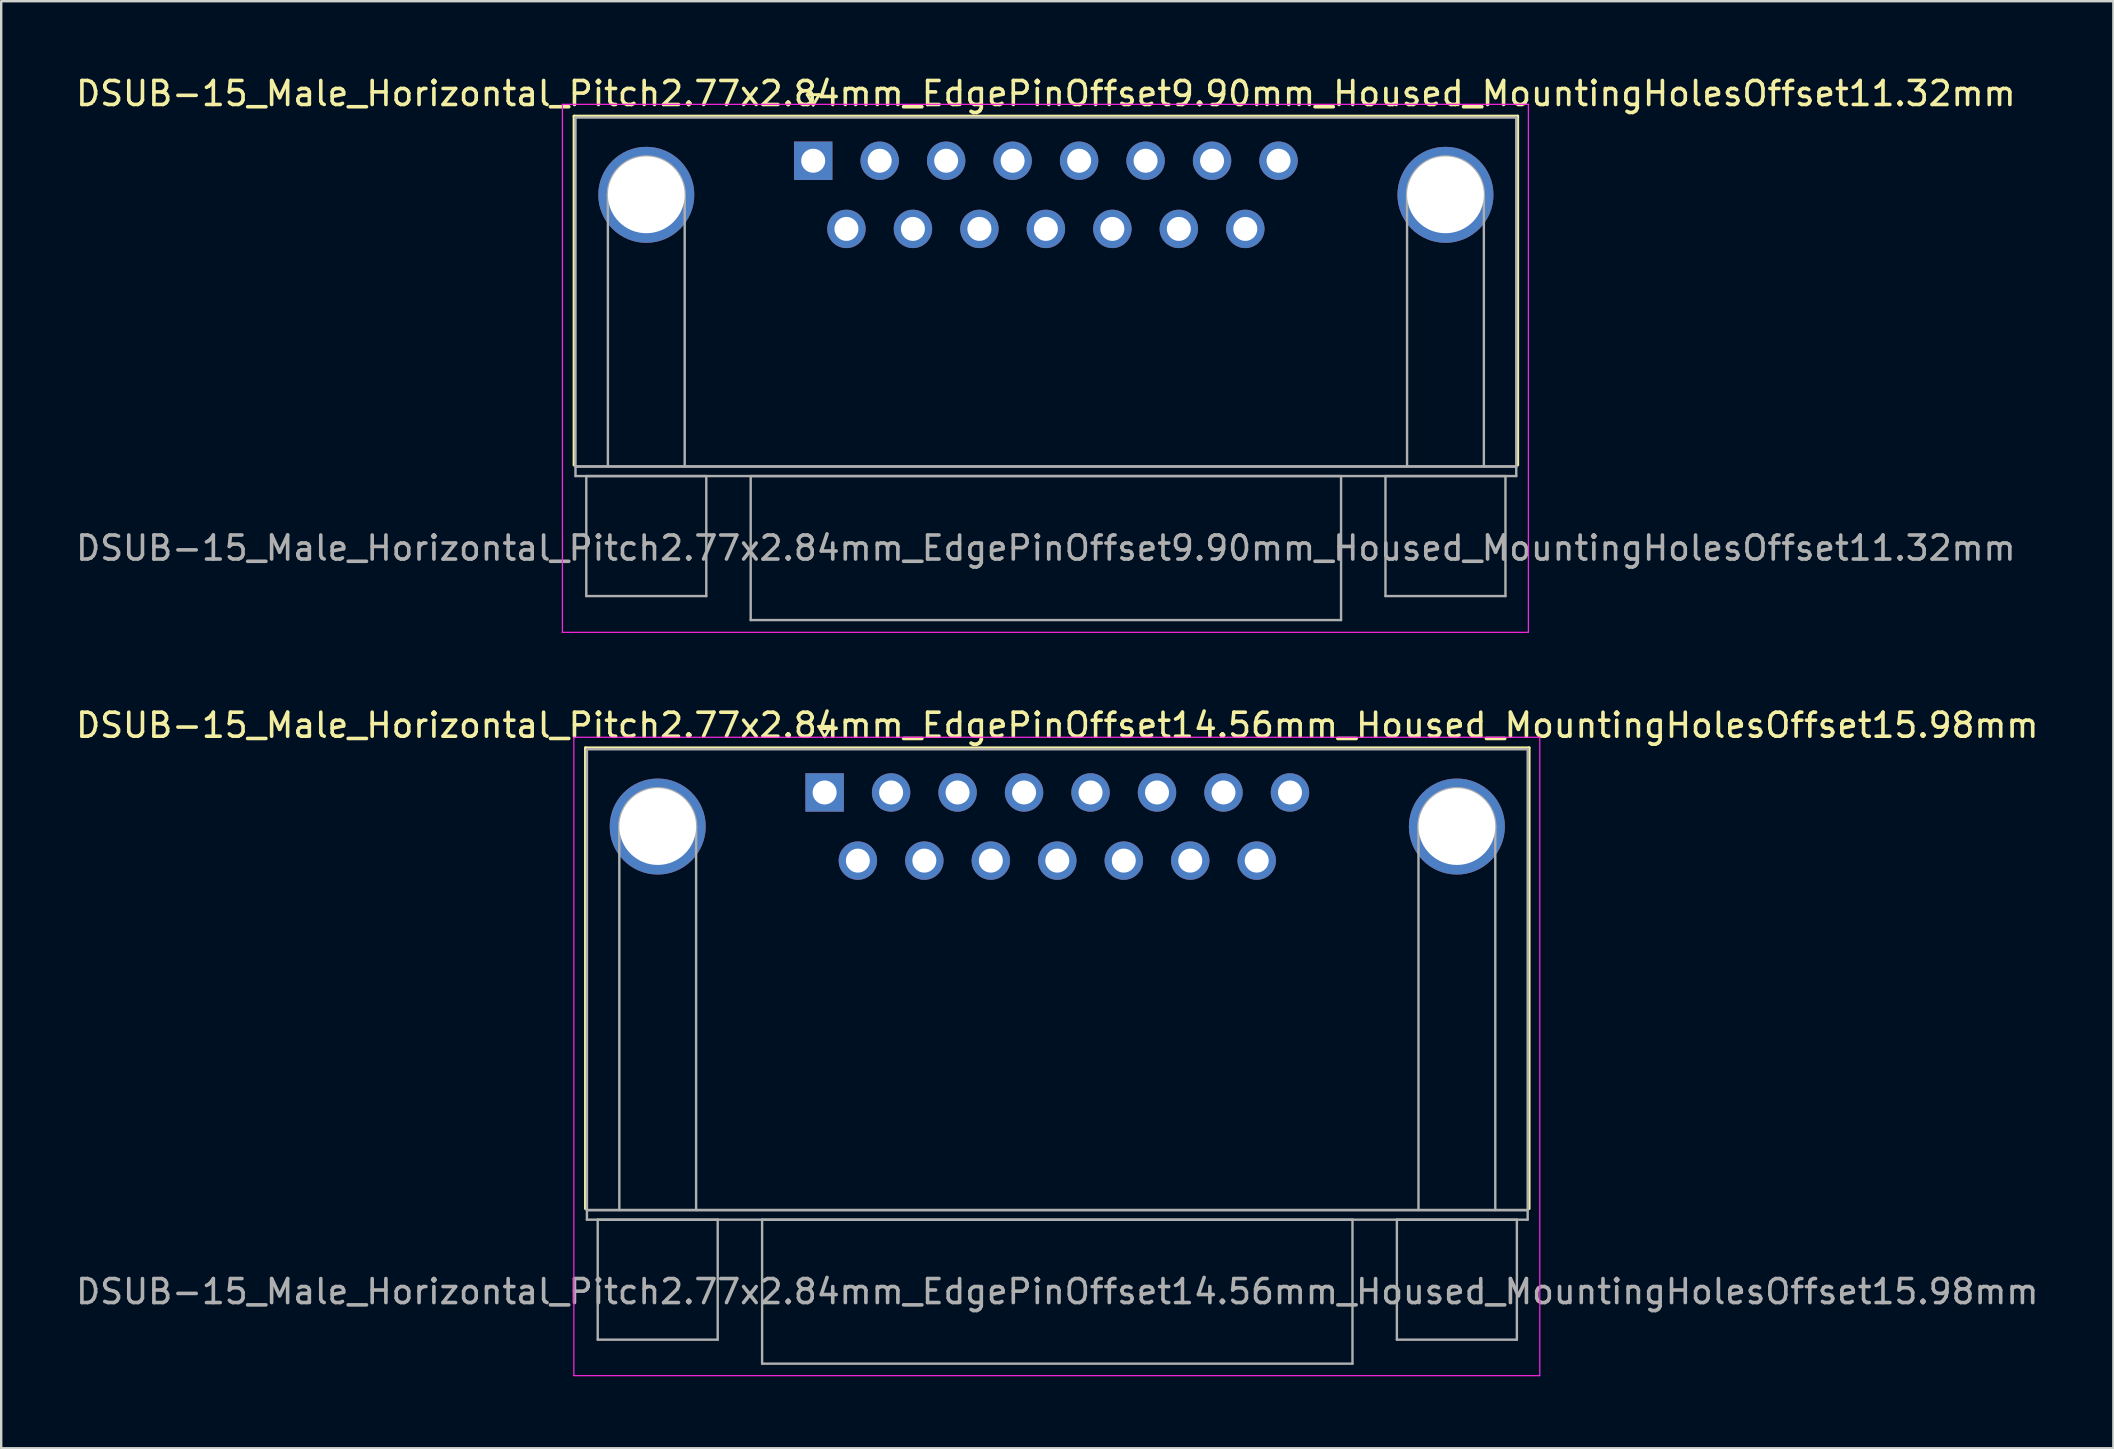
<source format=kicad_pcb>
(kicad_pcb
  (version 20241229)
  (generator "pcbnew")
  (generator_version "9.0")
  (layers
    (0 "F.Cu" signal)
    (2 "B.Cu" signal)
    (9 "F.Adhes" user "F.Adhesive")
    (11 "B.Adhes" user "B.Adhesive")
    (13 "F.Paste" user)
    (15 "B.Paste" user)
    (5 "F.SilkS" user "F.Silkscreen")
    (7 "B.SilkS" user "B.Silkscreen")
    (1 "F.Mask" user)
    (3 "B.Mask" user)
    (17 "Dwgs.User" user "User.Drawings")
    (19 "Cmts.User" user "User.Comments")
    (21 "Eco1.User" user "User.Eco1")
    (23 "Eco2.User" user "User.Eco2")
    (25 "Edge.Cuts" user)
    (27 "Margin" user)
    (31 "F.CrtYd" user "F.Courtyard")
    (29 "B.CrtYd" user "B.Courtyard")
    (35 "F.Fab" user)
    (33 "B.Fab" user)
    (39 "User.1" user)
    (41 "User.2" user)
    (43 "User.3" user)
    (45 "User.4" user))
  (footprint "DSUB-15_Male_Horizontal_Pitch2.77x2.84mm_EdgePinOffset14.56mm_Housed_MountingHolesOffset15.98mm"
    (layer "F.Cu")
    (at 31.311 29.971)
    (property "Reference" "DSUB-15_Male_Horizontal_Pitch2.77x2.84mm_EdgePinOffset14.56mm_Housed_MountingHolesOffset15.98mm" (at 9.695 -2.8 0) (layer "F.SilkS") (effects (font (size 1 1) (thickness 0.15))))
    (attr through_hole)
    (fp_line (start -9.965 -1.86) (end 29.355 -1.86) (stroke (width 0.12) (type solid)) (layer "F.SilkS"))
    (fp_line (start -9.965 17.34) (end -9.965 -1.86) (stroke (width 0.12) (type solid)) (layer "F.SilkS"))
    (fp_line (start -0.25 -2.754) (end 0.25 -2.754) (stroke (width 0.12) (type solid)) (layer "F.SilkS"))
    (fp_line (start 0 -2.321) (end -0.25 -2.754) (stroke (width 0.12) (type solid)) (layer "F.SilkS"))
    (fp_line (start 0.25 -2.754) (end 0 -2.321) (stroke (width 0.12) (type solid)) (layer "F.SilkS"))
    (fp_line (start 29.355 -1.86) (end 29.355 17.34) (stroke (width 0.12) (type solid)) (layer "F.SilkS"))
    (fp_line (start -10.45 -2.3) (end -10.45 24.3) (stroke (width 0.05) (type solid)) (layer "F.CrtYd"))
    (fp_line (start -10.45 24.3) (end 29.8 24.3) (stroke (width 0.05) (type solid)) (layer "F.CrtYd"))
    (fp_line (start 29.8 -2.3) (end -10.45 -2.3) (stroke (width 0.05) (type solid)) (layer "F.CrtYd"))
    (fp_line (start 29.8 24.3) (end 29.8 -2.3) (stroke (width 0.05) (type solid)) (layer "F.CrtYd"))
    (fp_line (start -9.905 -1.8) (end -9.905 17.4) (stroke (width 0.1) (type solid)) (layer "F.Fab"))
    (fp_line (start -9.905 17.4) (end -9.905 17.8) (stroke (width 0.1) (type solid)) (layer "F.Fab"))
    (fp_line (start -9.905 17.4) (end 29.295 17.4) (stroke (width 0.1) (type solid)) (layer "F.Fab"))
    (fp_line (start -9.905 17.8) (end 29.295 17.8) (stroke (width 0.1) (type solid)) (layer "F.Fab"))
    (fp_line (start -9.455 17.8) (end -9.455 22.8) (stroke (width 0.1) (type solid)) (layer "F.Fab"))
    (fp_line (start -9.455 22.8) (end -4.455 22.8) (stroke (width 0.1) (type solid)) (layer "F.Fab"))
    (fp_line (start -8.555 17.4) (end -8.555 1.42) (stroke (width 0.1) (type solid)) (layer "F.Fab"))
    (fp_line (start -5.355 17.4) (end -5.355 1.42) (stroke (width 0.1) (type solid)) (layer "F.Fab"))
    (fp_line (start -4.455 17.8) (end -9.455 17.8) (stroke (width 0.1) (type solid)) (layer "F.Fab"))
    (fp_line (start -4.455 22.8) (end -4.455 17.8) (stroke (width 0.1) (type solid)) (layer "F.Fab"))
    (fp_line (start -2.605 17.8) (end -2.605 23.8) (stroke (width 0.1) (type solid)) (layer "F.Fab"))
    (fp_line (start -2.605 23.8) (end 21.995 23.8) (stroke (width 0.1) (type solid)) (layer "F.Fab"))
    (fp_line (start 21.995 17.8) (end -2.605 17.8) (stroke (width 0.1) (type solid)) (layer "F.Fab"))
    (fp_line (start 21.995 23.8) (end 21.995 17.8) (stroke (width 0.1) (type solid)) (layer "F.Fab"))
    (fp_line (start 23.845 17.8) (end 23.845 22.8) (stroke (width 0.1) (type solid)) (layer "F.Fab"))
    (fp_line (start 23.845 22.8) (end 28.845 22.8) (stroke (width 0.1) (type solid)) (layer "F.Fab"))
    (fp_line (start 24.745 17.4) (end 24.745 1.42) (stroke (width 0.1) (type solid)) (layer "F.Fab"))
    (fp_line (start 27.945 17.4) (end 27.945 1.42) (stroke (width 0.1) (type solid)) (layer "F.Fab"))
    (fp_line (start 28.845 17.8) (end 23.845 17.8) (stroke (width 0.1) (type solid)) (layer "F.Fab"))
    (fp_line (start 28.845 22.8) (end 28.845 17.8) (stroke (width 0.1) (type solid)) (layer "F.Fab"))
    (fp_line (start 29.295 -1.8) (end -9.905 -1.8) (stroke (width 0.1) (type solid)) (layer "F.Fab"))
    (fp_line (start 29.295 17.4) (end -9.905 17.4) (stroke (width 0.1) (type solid)) (layer "F.Fab"))
    (fp_line (start 29.295 17.4) (end 29.295 -1.8) (stroke (width 0.1) (type solid)) (layer "F.Fab"))
    (fp_line (start 29.295 17.8) (end 29.295 17.4) (stroke (width 0.1) (type solid)) (layer "F.Fab"))
    (fp_arc (start -8.555 1.42) (mid -6.955 -0.18) (end -5.355 1.42) (stroke (width 0.1) (type solid)) (layer "F.Fab"))
    (fp_arc (start 24.745 1.42) (mid 26.345 -0.18) (end 27.945 1.42) (stroke (width 0.1) (type solid)) (layer "F.Fab"))
    (fp_text user "${REFERENCE}" (at 9.695 20.8 0) (layer "F.Fab") (effects (font (size 1 1) (thickness 0.15))))
    (pad "0" thru_hole circle (at -6.955 1.42) (size 4 4) (drill 3.2) (layers "*.Cu" "*.Mask"))
    (pad "0" thru_hole circle (at 26.345 1.42) (size 4 4) (drill 3.2) (layers "*.Cu" "*.Mask"))
    (pad "1" thru_hole rect (at 0 0) (size 1.6 1.6) (drill 1) (layers "*.Cu" "*.Mask"))
    (pad "2" thru_hole circle (at 2.77 0) (size 1.6 1.6) (drill 1) (layers "*.Cu" "*.Mask"))
    (pad "3" thru_hole circle (at 5.54 0) (size 1.6 1.6) (drill 1) (layers "*.Cu" "*.Mask"))
    (pad "4" thru_hole circle (at 8.31 0) (size 1.6 1.6) (drill 1) (layers "*.Cu" "*.Mask"))
    (pad "5" thru_hole circle (at 11.08 0) (size 1.6 1.6) (drill 1) (layers "*.Cu" "*.Mask"))
    (pad "6" thru_hole circle (at 13.85 0) (size 1.6 1.6) (drill 1) (layers "*.Cu" "*.Mask"))
    (pad "7" thru_hole circle (at 16.62 0) (size 1.6 1.6) (drill 1) (layers "*.Cu" "*.Mask"))
    (pad "8" thru_hole circle (at 19.39 0) (size 1.6 1.6) (drill 1) (layers "*.Cu" "*.Mask"))
    (pad "9" thru_hole circle (at 1.385 2.84) (size 1.6 1.6) (drill 1) (layers "*.Cu" "*.Mask"))
    (pad "10" thru_hole circle (at 4.155 2.84) (size 1.6 1.6) (drill 1) (layers "*.Cu" "*.Mask"))
    (pad "11" thru_hole circle (at 6.925 2.84) (size 1.6 1.6) (drill 1) (layers "*.Cu" "*.Mask"))
    (pad "12" thru_hole circle (at 9.695 2.84) (size 1.6 1.6) (drill 1) (layers "*.Cu" "*.Mask"))
    (pad "13" thru_hole circle (at 12.465 2.84) (size 1.6 1.6) (drill 1) (layers "*.Cu" "*.Mask"))
    (pad "14" thru_hole circle (at 15.235 2.84) (size 1.6 1.6) (drill 1) (layers "*.Cu" "*.Mask"))
    (pad "15" thru_hole circle (at 18.005 2.84) (size 1.6 1.6) (drill 1) (layers "*.Cu" "*.Mask")))
  (footprint "DSUB-15_Male_Horizontal_Pitch2.77x2.84mm_EdgePinOffset9.90mm_Housed_MountingHolesOffset11.32mm"
    (layer "F.Cu")
    (at 30.835 3.648)
    (property "Reference" "DSUB-15_Male_Horizontal_Pitch2.77x2.84mm_EdgePinOffset9.90mm_Housed_MountingHolesOffset11.32mm" (at 9.695 -2.8 0) (layer "F.SilkS") (effects (font (size 1 1) (thickness 0.15))))
    (attr through_hole)
    (fp_line (start -9.965 -1.86) (end 29.355 -1.86) (stroke (width 0.12) (type solid)) (layer "F.SilkS"))
    (fp_line (start -9.965 12.68) (end -9.965 -1.86) (stroke (width 0.12) (type solid)) (layer "F.SilkS"))
    (fp_line (start -0.25 -2.754) (end 0.25 -2.754) (stroke (width 0.12) (type solid)) (layer "F.SilkS"))
    (fp_line (start 0 -2.321) (end -0.25 -2.754) (stroke (width 0.12) (type solid)) (layer "F.SilkS"))
    (fp_line (start 0.25 -2.754) (end 0 -2.321) (stroke (width 0.12) (type solid)) (layer "F.SilkS"))
    (fp_line (start 29.355 -1.86) (end 29.355 12.68) (stroke (width 0.12) (type solid)) (layer "F.SilkS"))
    (fp_line (start -10.45 -2.35) (end -10.45 19.65) (stroke (width 0.05) (type solid)) (layer "F.CrtYd"))
    (fp_line (start -10.45 19.65) (end 29.8 19.65) (stroke (width 0.05) (type solid)) (layer "F.CrtYd"))
    (fp_line (start 29.8 -2.35) (end -10.45 -2.35) (stroke (width 0.05) (type solid)) (layer "F.CrtYd"))
    (fp_line (start 29.8 19.65) (end 29.8 -2.35) (stroke (width 0.05) (type solid)) (layer "F.CrtYd"))
    (fp_line (start -9.905 -1.8) (end -9.905 12.74) (stroke (width 0.1) (type solid)) (layer "F.Fab"))
    (fp_line (start -9.905 12.74) (end -9.905 13.14) (stroke (width 0.1) (type solid)) (layer "F.Fab"))
    (fp_line (start -9.905 12.74) (end 29.295 12.74) (stroke (width 0.1) (type solid)) (layer "F.Fab"))
    (fp_line (start -9.905 13.14) (end 29.295 13.14) (stroke (width 0.1) (type solid)) (layer "F.Fab"))
    (fp_line (start -9.455 13.14) (end -9.455 18.14) (stroke (width 0.1) (type solid)) (layer "F.Fab"))
    (fp_line (start -9.455 18.14) (end -4.455 18.14) (stroke (width 0.1) (type solid)) (layer "F.Fab"))
    (fp_line (start -8.555 12.74) (end -8.555 1.42) (stroke (width 0.1) (type solid)) (layer "F.Fab"))
    (fp_line (start -5.355 12.74) (end -5.355 1.42) (stroke (width 0.1) (type solid)) (layer "F.Fab"))
    (fp_line (start -4.455 13.14) (end -9.455 13.14) (stroke (width 0.1) (type solid)) (layer "F.Fab"))
    (fp_line (start -4.455 18.14) (end -4.455 13.14) (stroke (width 0.1) (type solid)) (layer "F.Fab"))
    (fp_line (start -2.605 13.14) (end -2.605 19.14) (stroke (width 0.1) (type solid)) (layer "F.Fab"))
    (fp_line (start -2.605 19.14) (end 21.995 19.14) (stroke (width 0.1) (type solid)) (layer "F.Fab"))
    (fp_line (start 21.995 13.14) (end -2.605 13.14) (stroke (width 0.1) (type solid)) (layer "F.Fab"))
    (fp_line (start 21.995 19.14) (end 21.995 13.14) (stroke (width 0.1) (type solid)) (layer "F.Fab"))
    (fp_line (start 23.845 13.14) (end 23.845 18.14) (stroke (width 0.1) (type solid)) (layer "F.Fab"))
    (fp_line (start 23.845 18.14) (end 28.845 18.14) (stroke (width 0.1) (type solid)) (layer "F.Fab"))
    (fp_line (start 24.745 12.74) (end 24.745 1.42) (stroke (width 0.1) (type solid)) (layer "F.Fab"))
    (fp_line (start 27.945 12.74) (end 27.945 1.42) (stroke (width 0.1) (type solid)) (layer "F.Fab"))
    (fp_line (start 28.845 13.14) (end 23.845 13.14) (stroke (width 0.1) (type solid)) (layer "F.Fab"))
    (fp_line (start 28.845 18.14) (end 28.845 13.14) (stroke (width 0.1) (type solid)) (layer "F.Fab"))
    (fp_line (start 29.295 -1.8) (end -9.905 -1.8) (stroke (width 0.1) (type solid)) (layer "F.Fab"))
    (fp_line (start 29.295 12.74) (end -9.905 12.74) (stroke (width 0.1) (type solid)) (layer "F.Fab"))
    (fp_line (start 29.295 12.74) (end 29.295 -1.8) (stroke (width 0.1) (type solid)) (layer "F.Fab"))
    (fp_line (start 29.295 13.14) (end 29.295 12.74) (stroke (width 0.1) (type solid)) (layer "F.Fab"))
    (fp_arc (start -8.555 1.42) (mid -6.955 -0.18) (end -5.355 1.42) (stroke (width 0.1) (type solid)) (layer "F.Fab"))
    (fp_arc (start 24.745 1.42) (mid 26.345 -0.18) (end 27.945 1.42) (stroke (width 0.1) (type solid)) (layer "F.Fab"))
    (fp_text user "${REFERENCE}" (at 9.695 16.14 0) (layer "F.Fab") (effects (font (size 1 1) (thickness 0.15))))
    (pad "0" thru_hole circle (at -6.955 1.42) (size 4 4) (drill 3.2) (layers "*.Cu" "*.Mask"))
    (pad "0" thru_hole circle (at 26.345 1.42) (size 4 4) (drill 3.2) (layers "*.Cu" "*.Mask"))
    (pad "1" thru_hole rect (at 0 0) (size 1.6 1.6) (drill 1) (layers "*.Cu" "*.Mask"))
    (pad "2" thru_hole circle (at 2.77 0) (size 1.6 1.6) (drill 1) (layers "*.Cu" "*.Mask"))
    (pad "3" thru_hole circle (at 5.54 0) (size 1.6 1.6) (drill 1) (layers "*.Cu" "*.Mask"))
    (pad "4" thru_hole circle (at 8.31 0) (size 1.6 1.6) (drill 1) (layers "*.Cu" "*.Mask"))
    (pad "5" thru_hole circle (at 11.08 0) (size 1.6 1.6) (drill 1) (layers "*.Cu" "*.Mask"))
    (pad "6" thru_hole circle (at 13.85 0) (size 1.6 1.6) (drill 1) (layers "*.Cu" "*.Mask"))
    (pad "7" thru_hole circle (at 16.62 0) (size 1.6 1.6) (drill 1) (layers "*.Cu" "*.Mask"))
    (pad "8" thru_hole circle (at 19.39 0) (size 1.6 1.6) (drill 1) (layers "*.Cu" "*.Mask"))
    (pad "9" thru_hole circle (at 1.385 2.84) (size 1.6 1.6) (drill 1) (layers "*.Cu" "*.Mask"))
    (pad "10" thru_hole circle (at 4.155 2.84) (size 1.6 1.6) (drill 1) (layers "*.Cu" "*.Mask"))
    (pad "11" thru_hole circle (at 6.925 2.84) (size 1.6 1.6) (drill 1) (layers "*.Cu" "*.Mask"))
    (pad "12" thru_hole circle (at 9.695 2.84) (size 1.6 1.6) (drill 1) (layers "*.Cu" "*.Mask"))
    (pad "13" thru_hole circle (at 12.465 2.84) (size 1.6 1.6) (drill 1) (layers "*.Cu" "*.Mask"))
    (pad "14" thru_hole circle (at 15.235 2.84) (size 1.6 1.6) (drill 1) (layers "*.Cu" "*.Mask"))
    (pad "15" thru_hole circle (at 18.005 2.84) (size 1.6 1.6) (drill 1) (layers "*.Cu" "*.Mask")))
  (gr_rect
    (start -3 -3)
    (end 85.012 57.297)
    (stroke (width 0.1) (type default))
    (fill no)
    (layer "Edge.Cuts")))
</source>
